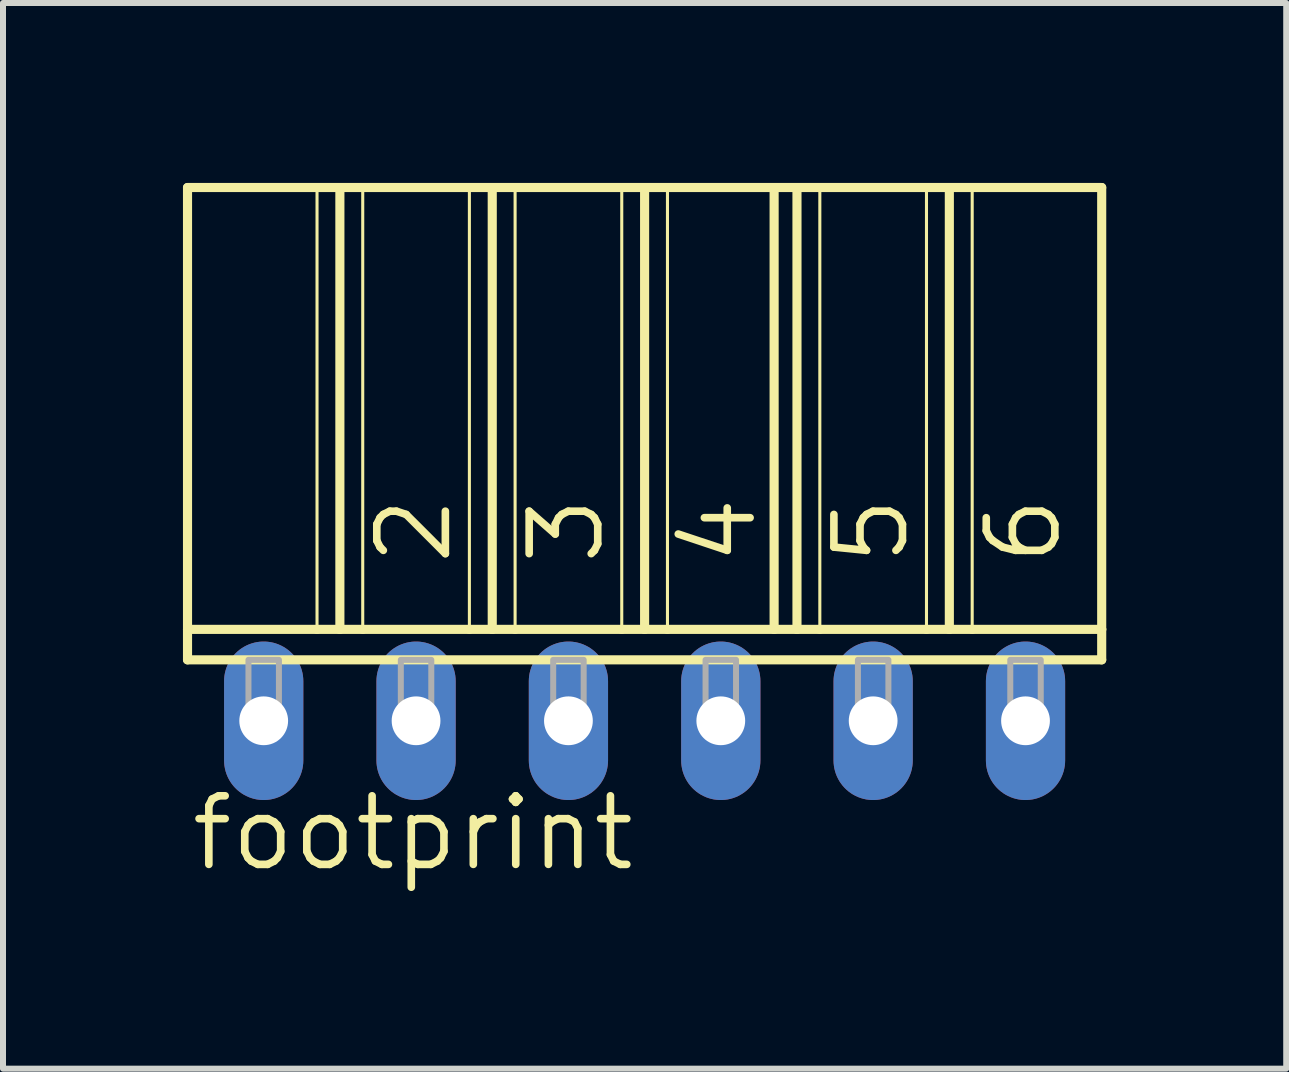
<source format=kicad_pcb>
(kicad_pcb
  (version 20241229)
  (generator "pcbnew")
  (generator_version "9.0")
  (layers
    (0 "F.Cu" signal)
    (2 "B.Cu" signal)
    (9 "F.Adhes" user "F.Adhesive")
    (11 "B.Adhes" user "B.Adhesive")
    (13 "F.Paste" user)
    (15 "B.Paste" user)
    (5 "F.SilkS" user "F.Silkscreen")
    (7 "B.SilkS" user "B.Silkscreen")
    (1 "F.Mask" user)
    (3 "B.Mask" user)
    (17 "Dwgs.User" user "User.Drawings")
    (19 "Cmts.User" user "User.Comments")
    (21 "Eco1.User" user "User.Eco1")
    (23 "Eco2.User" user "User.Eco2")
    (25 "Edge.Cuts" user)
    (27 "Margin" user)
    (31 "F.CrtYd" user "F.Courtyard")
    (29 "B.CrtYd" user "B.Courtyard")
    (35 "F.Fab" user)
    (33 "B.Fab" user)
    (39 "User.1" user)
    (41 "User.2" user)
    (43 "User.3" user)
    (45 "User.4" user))
  (footprint "footprint"
    (layer "F.Cu")
    (at 7.696 8.966)
    (property "Reference" "footprint" (at -7.62 2.54 0) (layer "F.SilkS") (effects (font (size 1.143 1.143) (thickness 0.127)) (justify left bottom)))
    (fp_line (start -7.62 -8.89) (end -5.461 -8.89) (stroke (width 0.152) (type solid)) (layer "F.SilkS"))
    (fp_line (start -7.62 -1.524) (end -7.62 -8.89) (stroke (width 0.152) (type solid)) (layer "F.SilkS"))
    (fp_line (start -7.62 -1.524) (end -5.461 -1.524) (stroke (width 0.152) (type solid)) (layer "F.SilkS"))
    (fp_line (start -7.62 -1.016) (end -7.62 -1.524) (stroke (width 0.152) (type solid)) (layer "F.SilkS"))
    (fp_line (start -7.62 -1.016) (end 7.62 -1.016) (stroke (width 0.152) (type solid)) (layer "F.SilkS"))
    (fp_line (start -5.461 -8.89) (end -5.461 -1.524) (stroke (width 0.051) (type solid)) (layer "F.SilkS"))
    (fp_line (start -5.461 -8.89) (end -5.08 -8.89) (stroke (width 0.152) (type solid)) (layer "F.SilkS"))
    (fp_line (start -5.461 -1.524) (end -5.08 -1.524) (stroke (width 0.152) (type solid)) (layer "F.SilkS"))
    (fp_line (start -5.08 -8.89) (end -5.08 -1.524) (stroke (width 0.152) (type solid)) (layer "F.SilkS"))
    (fp_line (start -5.08 -8.89) (end -4.699 -8.89) (stroke (width 0.152) (type solid)) (layer "F.SilkS"))
    (fp_line (start -5.08 -1.524) (end -4.699 -1.524) (stroke (width 0.152) (type solid)) (layer "F.SilkS"))
    (fp_line (start -4.699 -8.89) (end -4.699 -1.524) (stroke (width 0.051) (type solid)) (layer "F.SilkS"))
    (fp_line (start -4.699 -8.89) (end -2.921 -8.89) (stroke (width 0.152) (type solid)) (layer "F.SilkS"))
    (fp_line (start -4.699 -1.524) (end -2.921 -1.524) (stroke (width 0.152) (type solid)) (layer "F.SilkS"))
    (fp_line (start -2.921 -8.89) (end -2.921 -1.524) (stroke (width 0.051) (type solid)) (layer "F.SilkS"))
    (fp_line (start -2.921 -8.89) (end -2.54 -8.89) (stroke (width 0.152) (type solid)) (layer "F.SilkS"))
    (fp_line (start -2.921 -1.524) (end -2.54 -1.524) (stroke (width 0.152) (type solid)) (layer "F.SilkS"))
    (fp_line (start -2.54 -8.89) (end -2.54 -1.524) (stroke (width 0.152) (type solid)) (layer "F.SilkS"))
    (fp_line (start -2.54 -8.89) (end -2.159 -8.89) (stroke (width 0.152) (type solid)) (layer "F.SilkS"))
    (fp_line (start -2.54 -1.524) (end -2.159 -1.524) (stroke (width 0.152) (type solid)) (layer "F.SilkS"))
    (fp_line (start -2.159 -8.89) (end -2.159 -1.524) (stroke (width 0.051) (type solid)) (layer "F.SilkS"))
    (fp_line (start -2.159 -8.89) (end -0.381 -8.89) (stroke (width 0.152) (type solid)) (layer "F.SilkS"))
    (fp_line (start -2.159 -1.524) (end -0.381 -1.524) (stroke (width 0.152) (type solid)) (layer "F.SilkS"))
    (fp_line (start -0.381 -8.89) (end -0.381 -1.524) (stroke (width 0.051) (type solid)) (layer "F.SilkS"))
    (fp_line (start -0.381 -8.89) (end 0 -8.89) (stroke (width 0.152) (type solid)) (layer "F.SilkS"))
    (fp_line (start -0.381 -1.524) (end 0 -1.524) (stroke (width 0.152) (type solid)) (layer "F.SilkS"))
    (fp_line (start 0 -8.89) (end 0 -1.524) (stroke (width 0.152) (type solid)) (layer "F.SilkS"))
    (fp_line (start 0 -8.89) (end 0.381 -8.89) (stroke (width 0.152) (type solid)) (layer "F.SilkS"))
    (fp_line (start 0 -1.524) (end 0.381 -1.524) (stroke (width 0.152) (type solid)) (layer "F.SilkS"))
    (fp_line (start 0.381 -8.89) (end 0.381 -1.524) (stroke (width 0.051) (type solid)) (layer "F.SilkS"))
    (fp_line (start 0.381 -8.89) (end 2.159 -8.89) (stroke (width 0.152) (type solid)) (layer "F.SilkS"))
    (fp_line (start 0.381 -1.524) (end 2.159 -1.524) (stroke (width 0.152) (type solid)) (layer "F.SilkS"))
    (fp_line (start 2.159 -8.89) (end 2.159 -1.524) (stroke (width 0.152) (type solid)) (layer "F.SilkS"))
    (fp_line (start 2.159 -8.89) (end 2.54 -8.89) (stroke (width 0.152) (type solid)) (layer "F.SilkS"))
    (fp_line (start 2.159 -1.524) (end 2.54 -1.524) (stroke (width 0.152) (type solid)) (layer "F.SilkS"))
    (fp_line (start 2.54 -8.89) (end 2.54 -1.524) (stroke (width 0.152) (type solid)) (layer "F.SilkS"))
    (fp_line (start 2.54 -8.89) (end 2.921 -8.89) (stroke (width 0.152) (type solid)) (layer "F.SilkS"))
    (fp_line (start 2.54 -1.524) (end 2.921 -1.524) (stroke (width 0.152) (type solid)) (layer "F.SilkS"))
    (fp_line (start 2.921 -8.89) (end 2.921 -1.524) (stroke (width 0.051) (type solid)) (layer "F.SilkS"))
    (fp_line (start 2.921 -8.89) (end 4.699 -8.89) (stroke (width 0.152) (type solid)) (layer "F.SilkS"))
    (fp_line (start 2.921 -1.524) (end 4.699 -1.524) (stroke (width 0.152) (type solid)) (layer "F.SilkS"))
    (fp_line (start 4.699 -8.89) (end 4.699 -1.524) (stroke (width 0.051) (type solid)) (layer "F.SilkS"))
    (fp_line (start 4.699 -8.89) (end 5.08 -8.89) (stroke (width 0.152) (type solid)) (layer "F.SilkS"))
    (fp_line (start 4.699 -1.524) (end 5.08 -1.524) (stroke (width 0.152) (type solid)) (layer "F.SilkS"))
    (fp_line (start 5.08 -8.89) (end 5.08 -1.524) (stroke (width 0.152) (type solid)) (layer "F.SilkS"))
    (fp_line (start 5.08 -8.89) (end 5.461 -8.89) (stroke (width 0.152) (type solid)) (layer "F.SilkS"))
    (fp_line (start 5.08 -1.524) (end 5.461 -1.524) (stroke (width 0.152) (type solid)) (layer "F.SilkS"))
    (fp_line (start 5.461 -8.89) (end 5.461 -1.524) (stroke (width 0.051) (type solid)) (layer "F.SilkS"))
    (fp_line (start 5.461 -8.89) (end 7.62 -8.89) (stroke (width 0.152) (type solid)) (layer "F.SilkS"))
    (fp_line (start 5.461 -1.524) (end 7.62 -1.524) (stroke (width 0.152) (type solid)) (layer "F.SilkS"))
    (fp_line (start 7.62 -8.89) (end 7.62 -1.524) (stroke (width 0.152) (type solid)) (layer "F.SilkS"))
    (fp_line (start 7.62 -1.524) (end 7.62 -1.016) (stroke (width 0.152) (type solid)) (layer "F.SilkS"))
    (fp_poly (pts (xy -6.604 0) (xy -6.096 0) (xy -6.096 -1.016) (xy -6.604 -1.016)) (stroke (width 0.1) (type solid)) (fill no) (layer "F.Fab"))
    (fp_poly (pts (xy -4.064 0) (xy -3.556 0) (xy -3.556 -1.016) (xy -4.064 -1.016)) (stroke (width 0.1) (type solid)) (fill no) (layer "F.Fab"))
    (fp_poly (pts (xy -1.524 0) (xy -1.016 0) (xy -1.016 -1.016) (xy -1.524 -1.016)) (stroke (width 0.1) (type solid)) (fill no) (layer "F.Fab"))
    (fp_poly (pts (xy 1.016 0) (xy 1.524 0) (xy 1.524 -1.016) (xy 1.016 -1.016)) (stroke (width 0.1) (type solid)) (fill no) (layer "F.Fab"))
    (fp_poly (pts (xy 3.556 0) (xy 4.064 0) (xy 4.064 -1.016) (xy 3.556 -1.016)) (stroke (width 0.1) (type solid)) (fill no) (layer "F.Fab"))
    (fp_poly (pts (xy 6.096 0) (xy 6.604 0) (xy 6.604 -1.016) (xy 6.096 -1.016)) (stroke (width 0.1) (type solid)) (fill no) (layer "F.Fab"))
    (fp_text user "4" (at 1.905 -2.54 90) (layer "F.SilkS") (effects (font (size 1.143 1.143) (thickness 0.127)) (justify left bottom)))
    (fp_text user "5" (at 4.445 -2.54 90) (layer "F.SilkS") (effects (font (size 1.143 1.143) (thickness 0.127)) (justify left bottom)))
    (fp_text user "3" (at -0.635 -2.54 90) (layer "F.SilkS") (effects (font (size 1.143 1.143) (thickness 0.127)) (justify left bottom)))
    (fp_text user "6" (at 6.985 -2.54 90) (layer "F.SilkS") (effects (font (size 1.143 1.143) (thickness 0.127)) (justify left bottom)))
    (fp_text user "2" (at -3.175 -2.54 90) (layer "F.SilkS") (effects (font (size 1.143 1.143) (thickness 0.127)) (justify left bottom)))
    (pad "1" thru_hole oval (at -6.35 0 90) (size 2.642 1.321) (drill 0.813) (layers "*.Cu" "*.Mask"))
    (pad "2" thru_hole oval (at -3.81 0 90) (size 2.642 1.321) (drill 0.813) (layers "*.Cu" "*.Mask"))
    (pad "3" thru_hole oval (at -1.27 0 90) (size 2.642 1.321) (drill 0.813) (layers "*.Cu" "*.Mask"))
    (pad "4" thru_hole oval (at 1.27 0 90) (size 2.642 1.321) (drill 0.813) (layers "*.Cu" "*.Mask"))
    (pad "5" thru_hole oval (at 3.81 0 90) (size 2.642 1.321) (drill 0.813) (layers "*.Cu" "*.Mask"))
    (pad "6" thru_hole oval (at 6.35 0 90) (size 2.642 1.321) (drill 0.813) (layers "*.Cu" "*.Mask")))
  (gr_rect
    (start -3 -3)
    (end 18.392 14.765)
    (stroke (width 0.1) (type default))
    (fill no)
    (layer "Edge.Cuts")))
</source>
